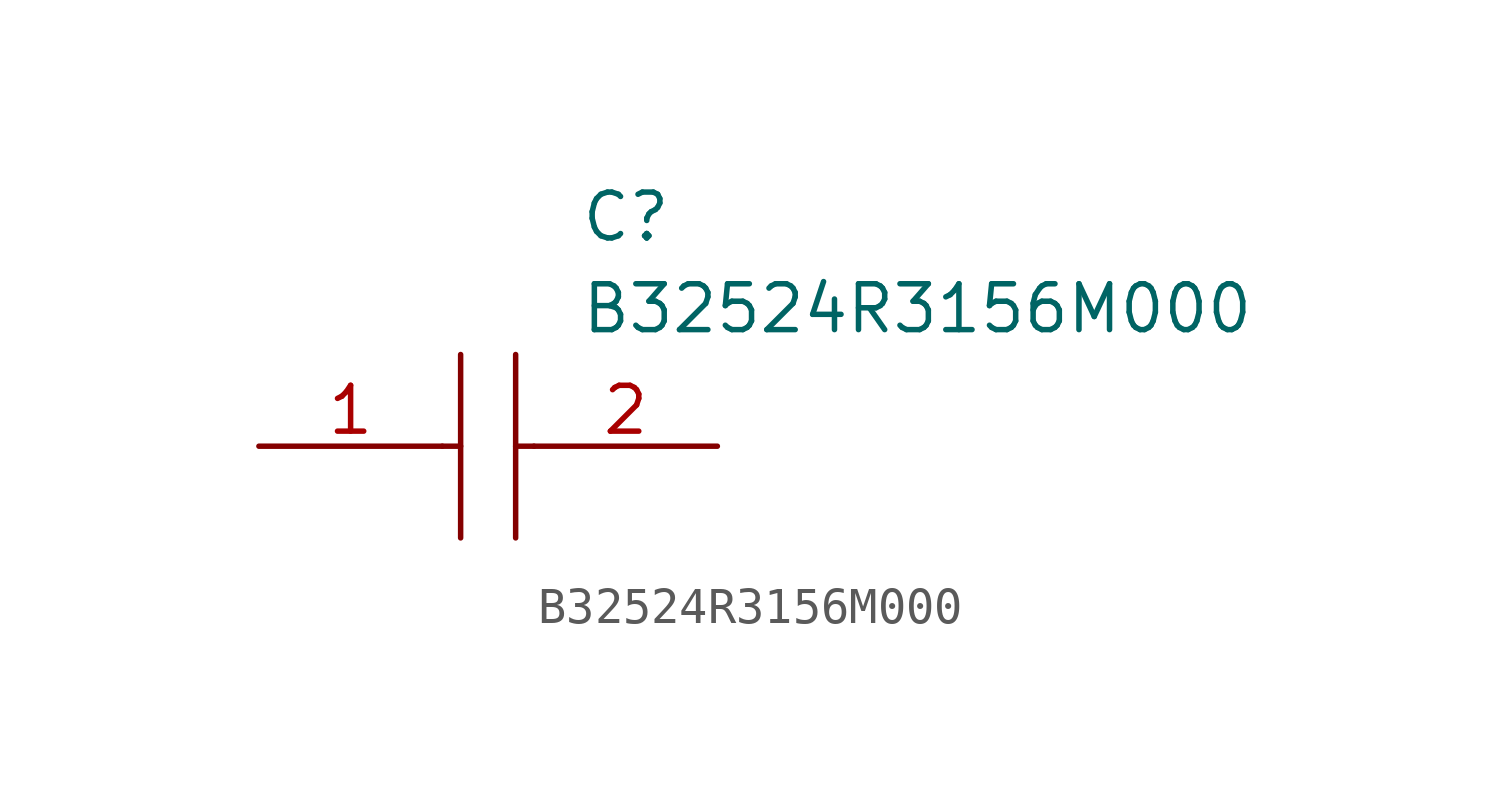
<source format=kicad_sym>
(kicad_symbol_lib
  (version 20220914)
  (generator kicad_symbol_editor)
  (symbol "B32524R3156M000"
    (pin_names
      (offset 0.762))
    (property "Reference" "C"
      (at 8.89 6.35 0)
      (effects (font (size 1.27 1.27)) (justify left)))
    (property "Value" "B32524R3156M000"
      (at 8.89 3.81 0)
      (effects (font (size 1.27 1.27)) (justify left)))
    (symbol "B32524R3156M000_0_0"
      (pin passive line (at 0 0 0) (length 5.08) (name "~" (effects (font (size 1.27 1.27)))) (number "1" (effects (font (size 1.27 1.27)))))
      (pin passive line (at 12.7 0 180) (length 5.08) (name "~" (effects (font (size 1.27 1.27)))) (number "2" (effects (font (size 1.27 1.27))))))
    (symbol "B32524R3156M000_0_1"
      (polyline (pts (xy 5.08 0) (xy 5.588 0)) (stroke (width 0.152) (type solid)) (fill (type none)))
      (polyline (pts (xy 5.588 2.54) (xy 5.588 -2.54)) (stroke (width 0.152) (type solid)) (fill (type none)))
      (polyline (pts (xy 7.112 0) (xy 7.62 0)) (stroke (width 0.152) (type solid)) (fill (type none)))
      (polyline (pts (xy 7.112 2.54) (xy 7.112 -2.54)) (stroke (width 0.152) (type solid)) (fill (type none))))))
</source>
